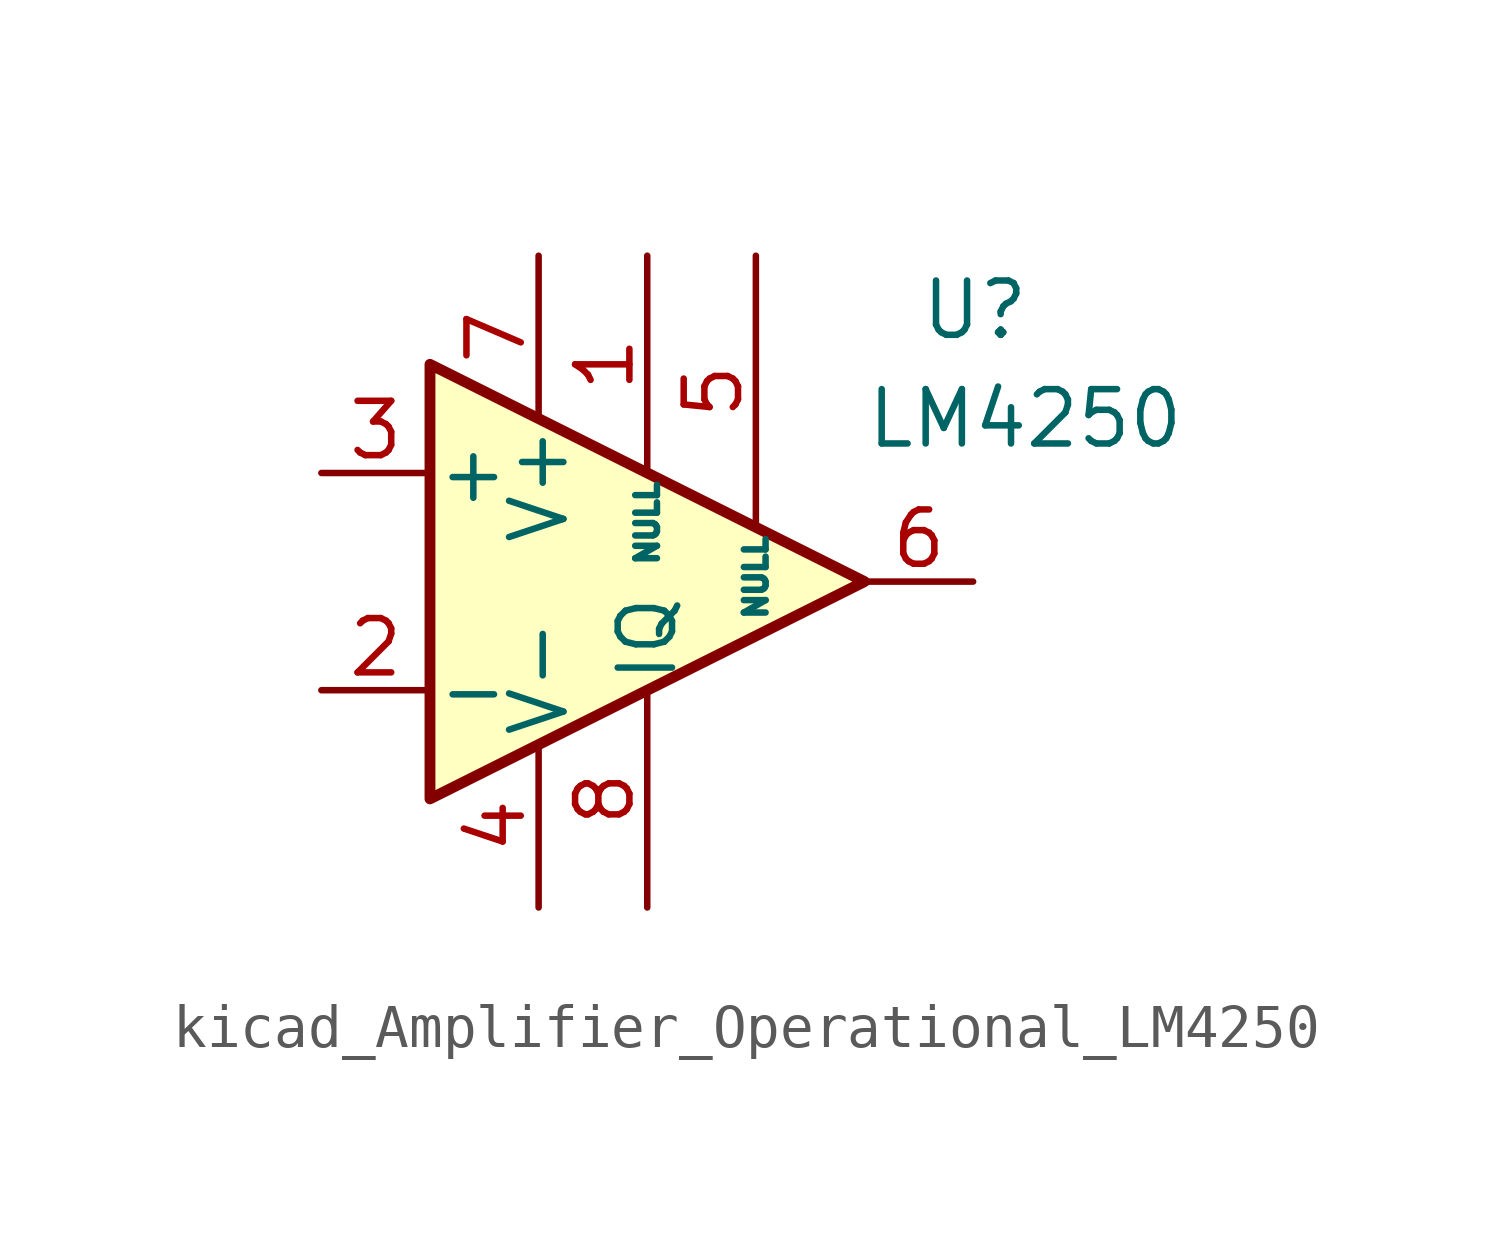
<source format=kicad_sym>
(kicad_symbol_lib
  (version 20220914)
  (generator kicad_symbol_editor)
  (symbol "kicad_Amplifier_Operational_LM4250"
    (pin_names
      (offset 0.127))
    (property "Reference" "U"
      (at 6.35 6.35 0)
      (effects (font (size 1.27 1.27)) (justify left)))
    (property "Value" "LM4250"
      (at 5.08 3.81 0)
      (effects (font (size 1.27 1.27)) (justify left)))
    (symbol "kicad_Amplifier_Operational_LM4250_0_1"
      (polyline (pts (xy -5.08 5.08) (xy 5.08 0) (xy -5.08 -5.08) (xy -5.08 5.08)) (stroke (width 0.254) (type default)) (fill (type background))))
    (symbol "kicad_Amplifier_Operational_LM4250_1_1"
      (pin input line (at 0 7.62 270) (length 5.08) (name "NULL" (effects (font (size 0.508 0.508)))) (number "1" (effects (font (size 1.27 1.27)))))
      (pin input line (at -7.62 -2.54 0) (length 2.54) (name "-" (effects (font (size 1.27 1.27)))) (number "2" (effects (font (size 1.27 1.27)))))
      (pin input line (at -7.62 2.54 0) (length 2.54) (name "+" (effects (font (size 1.27 1.27)))) (number "3" (effects (font (size 1.27 1.27)))))
      (pin power_in line (at -2.54 -7.62 90) (length 3.81) (name "V-" (effects (font (size 1.27 1.27)))) (number "4" (effects (font (size 1.27 1.27)))))
      (pin input line (at 2.54 7.62 270) (length 6.35) (name "NULL" (effects (font (size 0.508 0.508)))) (number "5" (effects (font (size 1.27 1.27)))))
      (pin output line (at 7.62 0 180) (length 2.54) (name "~" (effects (font (size 1.27 1.27)))) (number "6" (effects (font (size 1.27 1.27)))))
      (pin power_in line (at -2.54 7.62 270) (length 3.81) (name "V+" (effects (font (size 1.27 1.27)))) (number "7" (effects (font (size 1.27 1.27)))))
      (pin input line (at 0 -7.62 90) (length 5.08) (name "IQ" (effects (font (size 1.27 1.27)))) (number "8" (effects (font (size 1.27 1.27))))))))
</source>
